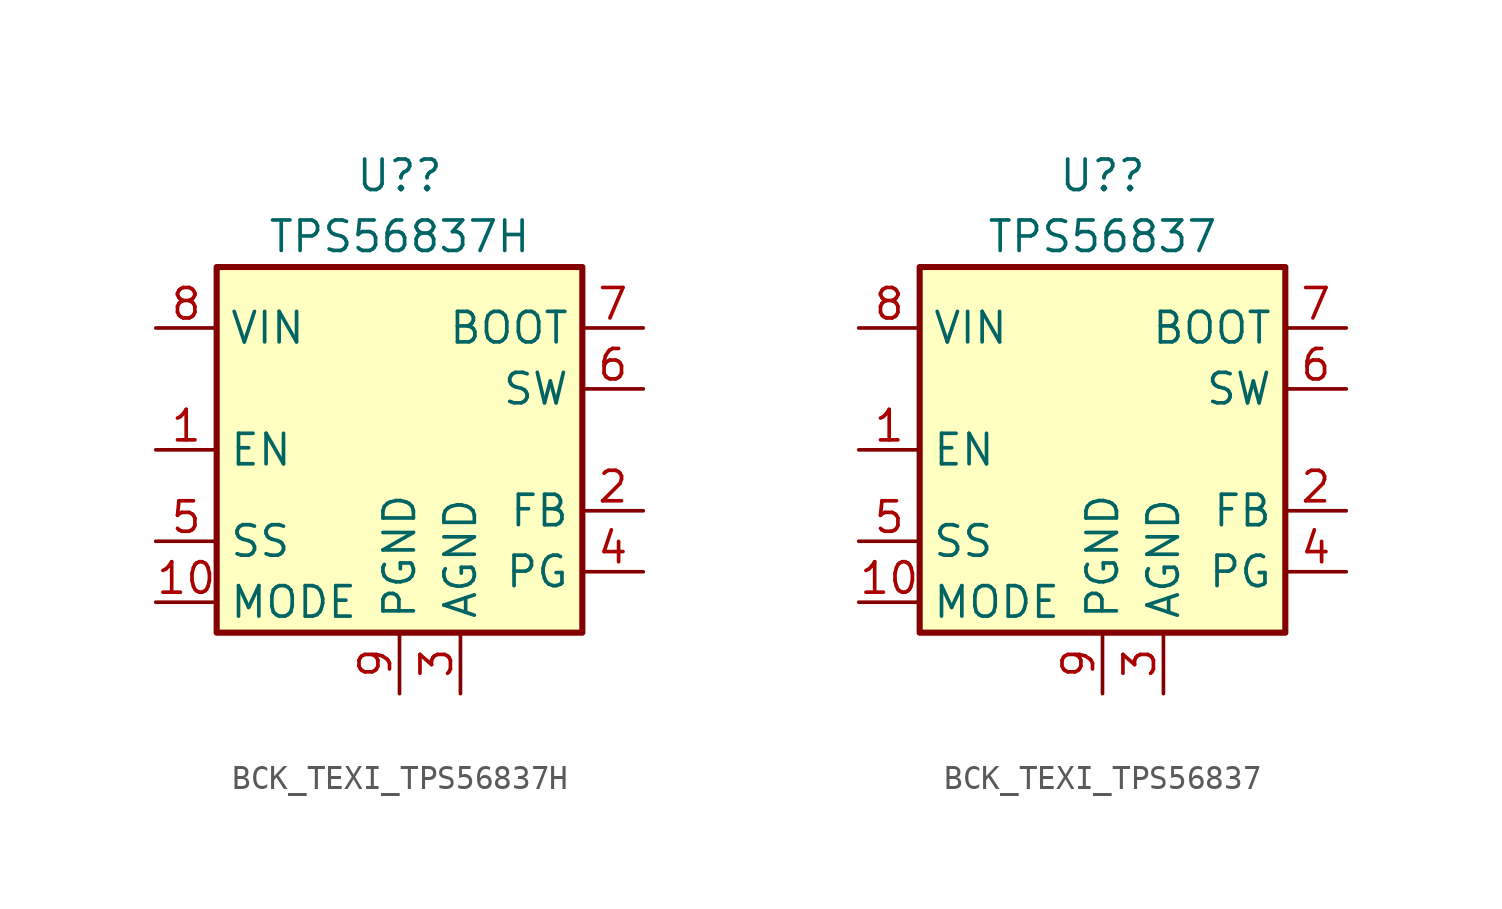
<source format=kicad_sym>
(kicad_symbol_lib
  (version 20231120)
  (generator "kicad_symbol_editor")
  (generator_version "8.0")
  (symbol "BCK_TEXI_TPS56837H"
    (property "Reference" "U?"
      (at 0 11.43 0)
      (effects (font (size 1.27 1.27))))
    (property "Value" "TPS56837H"
      (at 0 8.89 0)
      (effects (font (size 1.27 1.27))))
    (symbol "BCK_TEXI_TPS56837H_0_1"
      (rectangle (start -7.62 7.62) (end 7.62 -7.62) (stroke (width 0.254) (type default)) (fill (type background))))
    (symbol "BCK_TEXI_TPS56837H_1_1"
      (pin input line (at -10.16 0 0) (length 2.54) (name "EN" (effects (font (size 1.27 1.27)))) (number "1" (effects (font (size 1.27 1.27)))))
      (pin power_out line (at -10.16 -6.35 0) (length 2.54) (name "MODE" (effects (font (size 1.27 1.27)))) (number "10" (effects (font (size 1.27 1.27)))))
      (pin input line (at 10.16 -2.54 180) (length 2.54) (name "FB" (effects (font (size 1.27 1.27)))) (number "2" (effects (font (size 1.27 1.27)))))
      (pin power_in line (at 2.54 -10.16 90) (length 2.54) (name "AGND" (effects (font (size 1.27 1.27)))) (number "3" (effects (font (size 1.27 1.27)))))
      (pin open_collector line (at 10.16 -5.08 180) (length 2.54) (name "PG" (effects (font (size 1.27 1.27)))) (number "4" (effects (font (size 1.27 1.27)))))
      (pin power_out line (at -10.16 -3.81 0) (length 2.54) (name "SS" (effects (font (size 1.27 1.27)))) (number "5" (effects (font (size 1.27 1.27)))))
      (pin output line (at 10.16 2.54 180) (length 2.54) (name "SW" (effects (font (size 1.27 1.27)))) (number "6" (effects (font (size 1.27 1.27)))))
      (pin input line (at 10.16 5.08 180) (length 2.54) (name "BOOT" (effects (font (size 1.27 1.27)))) (number "7" (effects (font (size 1.27 1.27)))))
      (pin power_in line (at -10.16 5.08 0) (length 2.54) (name "VIN" (effects (font (size 1.27 1.27)))) (number "8" (effects (font (size 1.27 1.27)))))
      (pin power_in line (at 0 -10.16 90) (length 2.54) (name "PGND" (effects (font (size 1.27 1.27)))) (number "9" (effects (font (size 1.27 1.27)))))))
  (symbol "BCK_TEXI_TPS56837"
    (property "Reference" "U?"
      (at 0 11.43 0)
      (effects (font (size 1.27 1.27))))
    (property "Value" "TPS56837"
      (at 0 8.89 0)
      (effects (font (size 1.27 1.27))))
    (symbol "BCK_TEXI_TPS56837_0_1"
      (rectangle (start -7.62 7.62) (end 7.62 -7.62) (stroke (width 0.254) (type default)) (fill (type background))))
    (symbol "BCK_TEXI_TPS56837_1_1"
      (pin input line (at -10.16 0 0) (length 2.54) (name "EN" (effects (font (size 1.27 1.27)))) (number "1" (effects (font (size 1.27 1.27)))))
      (pin power_out line (at -10.16 -6.35 0) (length 2.54) (name "MODE" (effects (font (size 1.27 1.27)))) (number "10" (effects (font (size 1.27 1.27)))))
      (pin input line (at 10.16 -2.54 180) (length 2.54) (name "FB" (effects (font (size 1.27 1.27)))) (number "2" (effects (font (size 1.27 1.27)))))
      (pin power_in line (at 2.54 -10.16 90) (length 2.54) (name "AGND" (effects (font (size 1.27 1.27)))) (number "3" (effects (font (size 1.27 1.27)))))
      (pin open_collector line (at 10.16 -5.08 180) (length 2.54) (name "PG" (effects (font (size 1.27 1.27)))) (number "4" (effects (font (size 1.27 1.27)))))
      (pin power_out line (at -10.16 -3.81 0) (length 2.54) (name "SS" (effects (font (size 1.27 1.27)))) (number "5" (effects (font (size 1.27 1.27)))))
      (pin output line (at 10.16 2.54 180) (length 2.54) (name "SW" (effects (font (size 1.27 1.27)))) (number "6" (effects (font (size 1.27 1.27)))))
      (pin input line (at 10.16 5.08 180) (length 2.54) (name "BOOT" (effects (font (size 1.27 1.27)))) (number "7" (effects (font (size 1.27 1.27)))))
      (pin power_in line (at -10.16 5.08 0) (length 2.54) (name "VIN" (effects (font (size 1.27 1.27)))) (number "8" (effects (font (size 1.27 1.27)))))
      (pin power_in line (at 0 -10.16 90) (length 2.54) (name "PGND" (effects (font (size 1.27 1.27)))) (number "9" (effects (font (size 1.27 1.27))))))))
</source>
